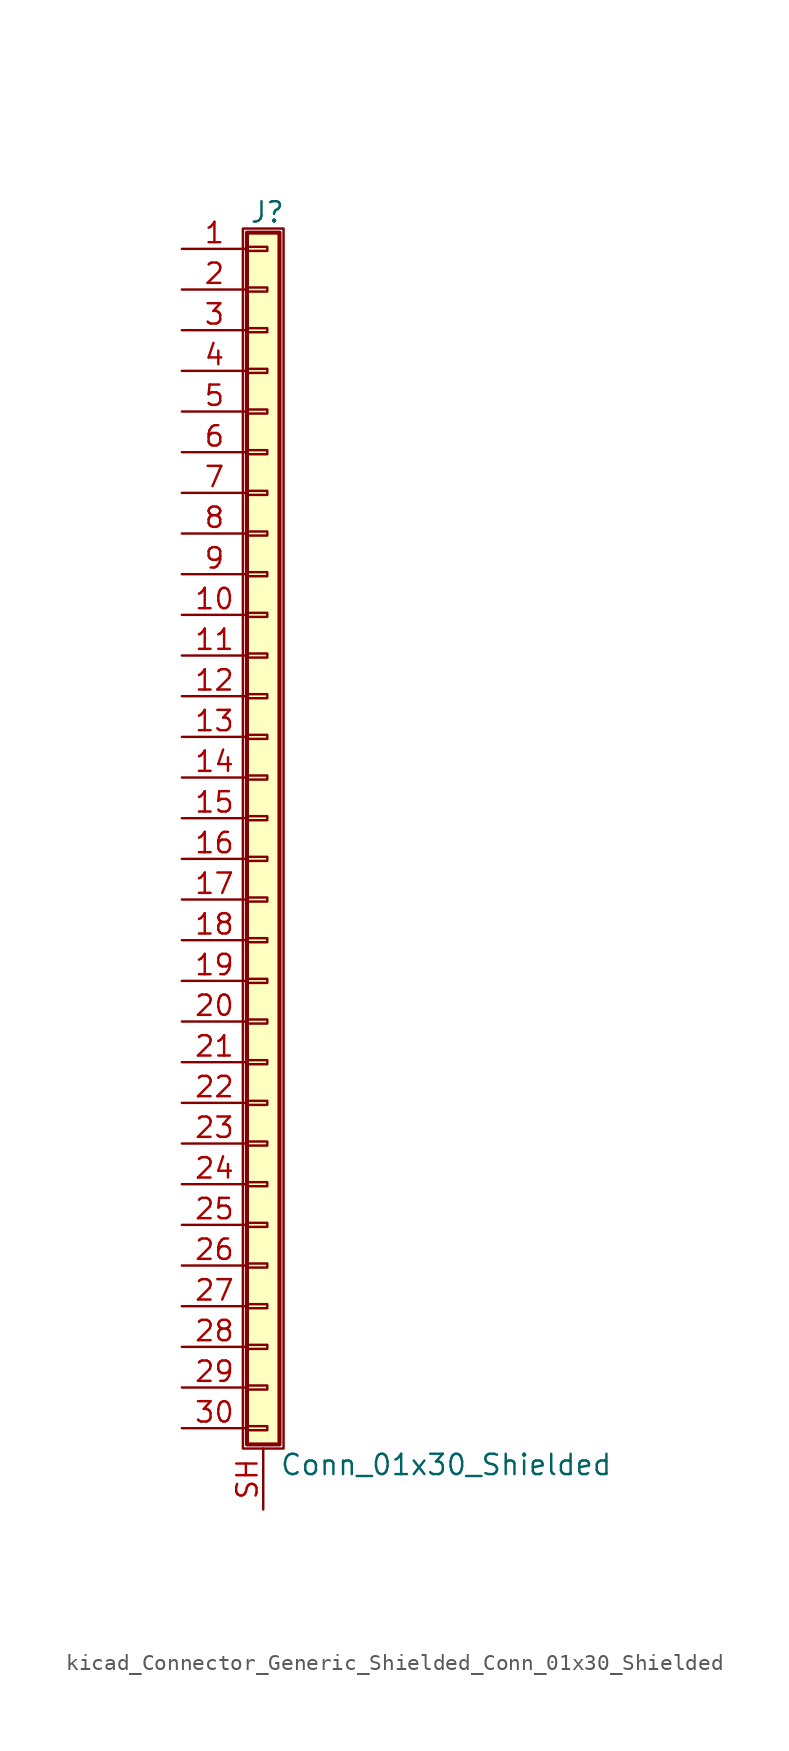
<source format=kicad_sym>
(kicad_symbol_lib
  (version 20220914)
  (generator kicad_symbol_editor)
  (symbol "kicad_Connector_Generic_Shielded_Conn_01x30_Shielded"
    (pin_names
      (offset 1.016) hide)
    (property "Reference" "J"
      (at 0.254 37.846 0)
      (effects (font (size 1.27 1.27))))
    (property "Value" "Conn_01x30_Shielded"
      (at 1.016 -40.386 0)
      (effects (font (size 1.27 1.27)) (justify left)))
    (symbol "kicad_Connector_Generic_Shielded_Conn_01x30_Shielded_1_1"
      (rectangle (start -1.27 36.83) (end 1.27 -39.37) (stroke (width 0.152) (type default)) (fill (type none)))
      (rectangle (start -1.016 -37.973) (end 0.254 -38.227) (stroke (width 0.152) (type default)) (fill (type none)))
      (rectangle (start -1.016 -35.433) (end 0.254 -35.687) (stroke (width 0.152) (type default)) (fill (type none)))
      (rectangle (start -1.016 -32.893) (end 0.254 -33.147) (stroke (width 0.152) (type default)) (fill (type none)))
      (rectangle (start -1.016 -30.353) (end 0.254 -30.607) (stroke (width 0.152) (type default)) (fill (type none)))
      (rectangle (start -1.016 -27.813) (end 0.254 -28.067) (stroke (width 0.152) (type default)) (fill (type none)))
      (rectangle (start -1.016 -25.273) (end 0.254 -25.527) (stroke (width 0.152) (type default)) (fill (type none)))
      (rectangle (start -1.016 -22.733) (end 0.254 -22.987) (stroke (width 0.152) (type default)) (fill (type none)))
      (rectangle (start -1.016 -20.193) (end 0.254 -20.447) (stroke (width 0.152) (type default)) (fill (type none)))
      (rectangle (start -1.016 -17.653) (end 0.254 -17.907) (stroke (width 0.152) (type default)) (fill (type none)))
      (rectangle (start -1.016 -15.113) (end 0.254 -15.367) (stroke (width 0.152) (type default)) (fill (type none)))
      (rectangle (start -1.016 -12.573) (end 0.254 -12.827) (stroke (width 0.152) (type default)) (fill (type none)))
      (rectangle (start -1.016 -10.033) (end 0.254 -10.287) (stroke (width 0.152) (type default)) (fill (type none)))
      (rectangle (start -1.016 -7.493) (end 0.254 -7.747) (stroke (width 0.152) (type default)) (fill (type none)))
      (rectangle (start -1.016 -4.953) (end 0.254 -5.207) (stroke (width 0.152) (type default)) (fill (type none)))
      (rectangle (start -1.016 -2.413) (end 0.254 -2.667) (stroke (width 0.152) (type default)) (fill (type none)))
      (rectangle (start -1.016 0.127) (end 0.254 -0.127) (stroke (width 0.152) (type default)) (fill (type none)))
      (rectangle (start -1.016 2.667) (end 0.254 2.413) (stroke (width 0.152) (type default)) (fill (type none)))
      (rectangle (start -1.016 5.207) (end 0.254 4.953) (stroke (width 0.152) (type default)) (fill (type none)))
      (rectangle (start -1.016 7.747) (end 0.254 7.493) (stroke (width 0.152) (type default)) (fill (type none)))
      (rectangle (start -1.016 10.287) (end 0.254 10.033) (stroke (width 0.152) (type default)) (fill (type none)))
      (rectangle (start -1.016 12.827) (end 0.254 12.573) (stroke (width 0.152) (type default)) (fill (type none)))
      (rectangle (start -1.016 15.367) (end 0.254 15.113) (stroke (width 0.152) (type default)) (fill (type none)))
      (rectangle (start -1.016 17.907) (end 0.254 17.653) (stroke (width 0.152) (type default)) (fill (type none)))
      (rectangle (start -1.016 20.447) (end 0.254 20.193) (stroke (width 0.152) (type default)) (fill (type none)))
      (rectangle (start -1.016 22.987) (end 0.254 22.733) (stroke (width 0.152) (type default)) (fill (type none)))
      (rectangle (start -1.016 25.527) (end 0.254 25.273) (stroke (width 0.152) (type default)) (fill (type none)))
      (rectangle (start -1.016 28.067) (end 0.254 27.813) (stroke (width 0.152) (type default)) (fill (type none)))
      (rectangle (start -1.016 30.607) (end 0.254 30.353) (stroke (width 0.152) (type default)) (fill (type none)))
      (rectangle (start -1.016 33.147) (end 0.254 32.893) (stroke (width 0.152) (type default)) (fill (type none)))
      (rectangle (start -1.016 35.687) (end 0.254 35.433) (stroke (width 0.152) (type default)) (fill (type none)))
      (rectangle (start -1.016 36.576) (end 1.016 -39.116) (stroke (width 0.254) (type default)) (fill (type background)))
      (pin passive line (at -5.08 35.56 0) (length 4.064) (name "Pin_1" (effects (font (size 1.27 1.27)))) (number "1" (effects (font (size 1.27 1.27)))))
      (pin passive line (at -5.08 12.7 0) (length 4.064) (name "Pin_10" (effects (font (size 1.27 1.27)))) (number "10" (effects (font (size 1.27 1.27)))))
      (pin passive line (at -5.08 10.16 0) (length 4.064) (name "Pin_11" (effects (font (size 1.27 1.27)))) (number "11" (effects (font (size 1.27 1.27)))))
      (pin passive line (at -5.08 7.62 0) (length 4.064) (name "Pin_12" (effects (font (size 1.27 1.27)))) (number "12" (effects (font (size 1.27 1.27)))))
      (pin passive line (at -5.08 5.08 0) (length 4.064) (name "Pin_13" (effects (font (size 1.27 1.27)))) (number "13" (effects (font (size 1.27 1.27)))))
      (pin passive line (at -5.08 2.54 0) (length 4.064) (name "Pin_14" (effects (font (size 1.27 1.27)))) (number "14" (effects (font (size 1.27 1.27)))))
      (pin passive line (at -5.08 0 0) (length 4.064) (name "Pin_15" (effects (font (size 1.27 1.27)))) (number "15" (effects (font (size 1.27 1.27)))))
      (pin passive line (at -5.08 -2.54 0) (length 4.064) (name "Pin_16" (effects (font (size 1.27 1.27)))) (number "16" (effects (font (size 1.27 1.27)))))
      (pin passive line (at -5.08 -5.08 0) (length 4.064) (name "Pin_17" (effects (font (size 1.27 1.27)))) (number "17" (effects (font (size 1.27 1.27)))))
      (pin passive line (at -5.08 -7.62 0) (length 4.064) (name "Pin_18" (effects (font (size 1.27 1.27)))) (number "18" (effects (font (size 1.27 1.27)))))
      (pin passive line (at -5.08 -10.16 0) (length 4.064) (name "Pin_19" (effects (font (size 1.27 1.27)))) (number "19" (effects (font (size 1.27 1.27)))))
      (pin passive line (at -5.08 33.02 0) (length 4.064) (name "Pin_2" (effects (font (size 1.27 1.27)))) (number "2" (effects (font (size 1.27 1.27)))))
      (pin passive line (at -5.08 -12.7 0) (length 4.064) (name "Pin_20" (effects (font (size 1.27 1.27)))) (number "20" (effects (font (size 1.27 1.27)))))
      (pin passive line (at -5.08 -15.24 0) (length 4.064) (name "Pin_21" (effects (font (size 1.27 1.27)))) (number "21" (effects (font (size 1.27 1.27)))))
      (pin passive line (at -5.08 -17.78 0) (length 4.064) (name "Pin_22" (effects (font (size 1.27 1.27)))) (number "22" (effects (font (size 1.27 1.27)))))
      (pin passive line (at -5.08 -20.32 0) (length 4.064) (name "Pin_23" (effects (font (size 1.27 1.27)))) (number "23" (effects (font (size 1.27 1.27)))))
      (pin passive line (at -5.08 -22.86 0) (length 4.064) (name "Pin_24" (effects (font (size 1.27 1.27)))) (number "24" (effects (font (size 1.27 1.27)))))
      (pin passive line (at -5.08 -25.4 0) (length 4.064) (name "Pin_25" (effects (font (size 1.27 1.27)))) (number "25" (effects (font (size 1.27 1.27)))))
      (pin passive line (at -5.08 -27.94 0) (length 4.064) (name "Pin_26" (effects (font (size 1.27 1.27)))) (number "26" (effects (font (size 1.27 1.27)))))
      (pin passive line (at -5.08 -30.48 0) (length 4.064) (name "Pin_27" (effects (font (size 1.27 1.27)))) (number "27" (effects (font (size 1.27 1.27)))))
      (pin passive line (at -5.08 -33.02 0) (length 4.064) (name "Pin_28" (effects (font (size 1.27 1.27)))) (number "28" (effects (font (size 1.27 1.27)))))
      (pin passive line (at -5.08 -35.56 0) (length 4.064) (name "Pin_29" (effects (font (size 1.27 1.27)))) (number "29" (effects (font (size 1.27 1.27)))))
      (pin passive line (at -5.08 30.48 0) (length 4.064) (name "Pin_3" (effects (font (size 1.27 1.27)))) (number "3" (effects (font (size 1.27 1.27)))))
      (pin passive line (at -5.08 -38.1 0) (length 4.064) (name "Pin_30" (effects (font (size 1.27 1.27)))) (number "30" (effects (font (size 1.27 1.27)))))
      (pin passive line (at -5.08 27.94 0) (length 4.064) (name "Pin_4" (effects (font (size 1.27 1.27)))) (number "4" (effects (font (size 1.27 1.27)))))
      (pin passive line (at -5.08 25.4 0) (length 4.064) (name "Pin_5" (effects (font (size 1.27 1.27)))) (number "5" (effects (font (size 1.27 1.27)))))
      (pin passive line (at -5.08 22.86 0) (length 4.064) (name "Pin_6" (effects (font (size 1.27 1.27)))) (number "6" (effects (font (size 1.27 1.27)))))
      (pin passive line (at -5.08 20.32 0) (length 4.064) (name "Pin_7" (effects (font (size 1.27 1.27)))) (number "7" (effects (font (size 1.27 1.27)))))
      (pin passive line (at -5.08 17.78 0) (length 4.064) (name "Pin_8" (effects (font (size 1.27 1.27)))) (number "8" (effects (font (size 1.27 1.27)))))
      (pin passive line (at -5.08 15.24 0) (length 4.064) (name "Pin_9" (effects (font (size 1.27 1.27)))) (number "9" (effects (font (size 1.27 1.27)))))
      (pin passive line (at 0 -43.18 90) (length 3.81) (name "Shield" (effects (font (size 1.27 1.27)))) (number "SH" (effects (font (size 1.27 1.27))))))))
</source>
